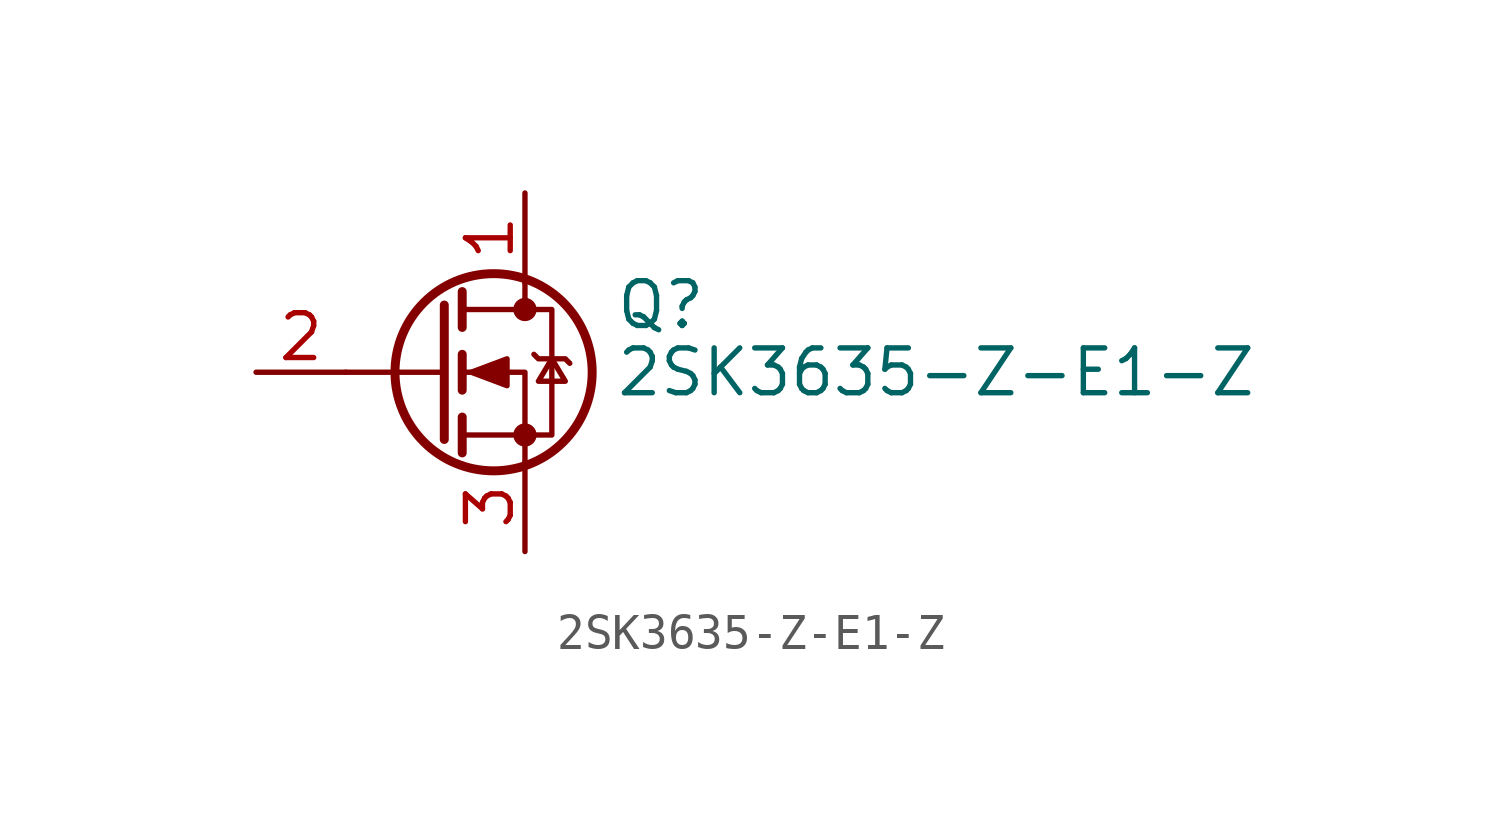
<source format=kicad_sym>
(kicad_symbol_lib
  (version 20211014)
  (generator kicad_symbol_editor)
  (symbol "2SK3635-Z-E1-Z"
    (pin_names hide)
    (property "Reference" "Q"
      (at 5.08 1.905 0)
      (effects (font (size 1.27 1.27)) (justify left)))
    (property "Value" "2SK3635-Z-E1-Z"
      (at 5.08 0 0)
      (effects (font (size 1.27 1.27)) (justify left)))
    (symbol "2SK3635-Z-E1-Z_0_1"
      (polyline (pts (xy 0.254 0) (xy -2.54 0)) (stroke (width 0) (type default) (color 0 0 0 0)) (fill (type none)))
      (polyline (pts (xy 0.254 1.905) (xy 0.254 -1.905)) (stroke (width 0.254) (type default) (color 0 0 0 0)) (fill (type none)))
      (polyline (pts (xy 0.762 -1.27) (xy 0.762 -2.286)) (stroke (width 0.254) (type default) (color 0 0 0 0)) (fill (type none)))
      (polyline (pts (xy 0.762 0.508) (xy 0.762 -0.508)) (stroke (width 0.254) (type default) (color 0 0 0 0)) (fill (type none)))
      (polyline (pts (xy 0.762 2.286) (xy 0.762 1.27)) (stroke (width 0.254) (type default) (color 0 0 0 0)) (fill (type none)))
      (polyline (pts (xy 2.54 2.54) (xy 2.54 1.778)) (stroke (width 0) (type default) (color 0 0 0 0)) (fill (type none)))
      (polyline (pts (xy 2.54 -2.54) (xy 2.54 0) (xy 0.762 0)) (stroke (width 0) (type default) (color 0 0 0 0)) (fill (type none)))
      (polyline (pts (xy 0.762 -1.778) (xy 3.302 -1.778) (xy 3.302 1.778) (xy 0.762 1.778)) (stroke (width 0) (type default) (color 0 0 0 0)) (fill (type none)))
      (polyline (pts (xy 1.016 0) (xy 2.032 0.381) (xy 2.032 -0.381) (xy 1.016 0)) (stroke (width 0) (type default) (color 0 0 0 0)) (fill (type outline)))
      (polyline (pts (xy 2.794 0.508) (xy 2.921 0.381) (xy 3.683 0.381) (xy 3.81 0.254)) (stroke (width 0) (type default) (color 0 0 0 0)) (fill (type none)))
      (polyline (pts (xy 3.302 0.381) (xy 2.921 -0.254) (xy 3.683 -0.254) (xy 3.302 0.381)) (stroke (width 0) (type default) (color 0 0 0 0)) (fill (type none)))
      (circle (center 1.651 0) (radius 2.794) (stroke (width 0.254) (type default) (color 0 0 0 0)) (fill (type none)))
      (circle (center 2.54 -1.778) (radius 0.254) (stroke (width 0) (type default) (color 0 0 0 0)) (fill (type outline)))
      (circle (center 2.54 1.778) (radius 0.254) (stroke (width 0) (type default) (color 0 0 0 0)) (fill (type outline))))
    (symbol "2SK3635-Z-E1-Z_1_1"
      (pin passive line (at 2.54 5.08 270) (length 2.54) (name "D" (effects (font (size 1.27 1.27)))) (number "1" (effects (font (size 1.27 1.27)))))
      (pin input line (at -5.08 0 0) (length 2.54) (name "G" (effects (font (size 1.27 1.27)))) (number "2" (effects (font (size 1.27 1.27)))))
      (pin passive line (at 2.54 -5.08 90) (length 2.54) (name "S" (effects (font (size 1.27 1.27)))) (number "3" (effects (font (size 1.27 1.27))))))))
</source>
